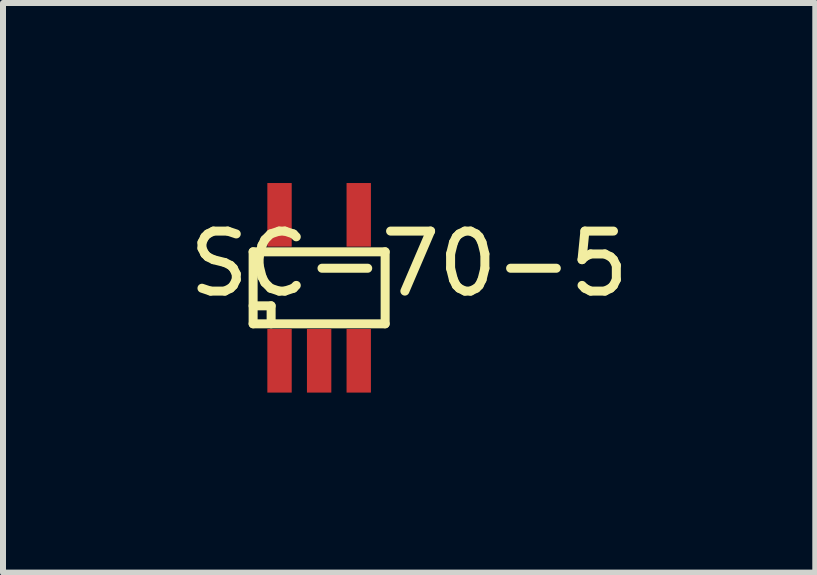
<source format=kicad_pcb>
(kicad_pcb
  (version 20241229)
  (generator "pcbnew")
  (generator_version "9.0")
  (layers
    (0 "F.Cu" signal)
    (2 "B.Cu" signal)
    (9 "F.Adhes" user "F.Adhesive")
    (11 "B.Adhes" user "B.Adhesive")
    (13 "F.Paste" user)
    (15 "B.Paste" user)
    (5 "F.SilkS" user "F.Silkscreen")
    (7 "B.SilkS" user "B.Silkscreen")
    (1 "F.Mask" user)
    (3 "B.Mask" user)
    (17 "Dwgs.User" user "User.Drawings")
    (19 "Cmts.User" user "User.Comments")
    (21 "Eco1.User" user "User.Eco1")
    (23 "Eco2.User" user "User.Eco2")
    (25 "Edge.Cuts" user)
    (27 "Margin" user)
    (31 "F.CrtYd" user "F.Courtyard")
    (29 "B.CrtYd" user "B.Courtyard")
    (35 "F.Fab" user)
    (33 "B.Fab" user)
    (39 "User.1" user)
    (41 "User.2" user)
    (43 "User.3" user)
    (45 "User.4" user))
  (footprint "SC-70-5"
    (layer "F.Cu")
    (at 2.268 1.746)
    (property "Reference" "SC-70-5" (at 1.5 -0.4 0) (layer "F.SilkS") (effects (font (size 1 1) (thickness 0.15))))
    (attr smd)
    (fp_line (start -1.1 -0.6) (end -1.1 0.6) (stroke (width 0.15) (type solid)) (layer "F.SilkS"))
    (fp_line (start -1.1 0.3) (end -0.8 0.3) (stroke (width 0.15) (type solid)) (layer "F.SilkS"))
    (fp_line (start -1.1 0.6) (end 1.1 0.6) (stroke (width 0.15) (type solid)) (layer "F.SilkS"))
    (fp_line (start -0.8 0.3) (end -0.8 0.6) (stroke (width 0.15) (type solid)) (layer "F.SilkS"))
    (fp_line (start 1.1 -0.6) (end -1.1 -0.6) (stroke (width 0.15) (type solid)) (layer "F.SilkS"))
    (fp_line (start 1.1 0.6) (end 1.1 -0.6) (stroke (width 0.15) (type solid)) (layer "F.SilkS"))
    (pad "1" smd rect (at -0.66 1.216) (size 0.406 1.06) (layers "F.Cu" "F.Mask" "F.Paste"))
    (pad "2" smd rect (at 0 1.216) (size 0.406 1.06) (layers "F.Cu" "F.Mask" "F.Paste"))
    (pad "3" smd rect (at 0.66 1.216) (size 0.406 1.06) (layers "F.Cu" "F.Mask" "F.Paste"))
    (pad "4" smd rect (at 0.66 -1.216) (size 0.406 1.06) (layers "F.Cu" "F.Mask" "F.Paste"))
    (pad "5" smd rect (at -0.66 -1.216) (size 0.406 1.06) (layers "F.Cu" "F.Mask" "F.Paste")))
  (gr_rect
    (start -3 -3)
    (end 10.536 6.492)
    (stroke (width 0.1) (type default))
    (fill no)
    (layer "Edge.Cuts")))
</source>
